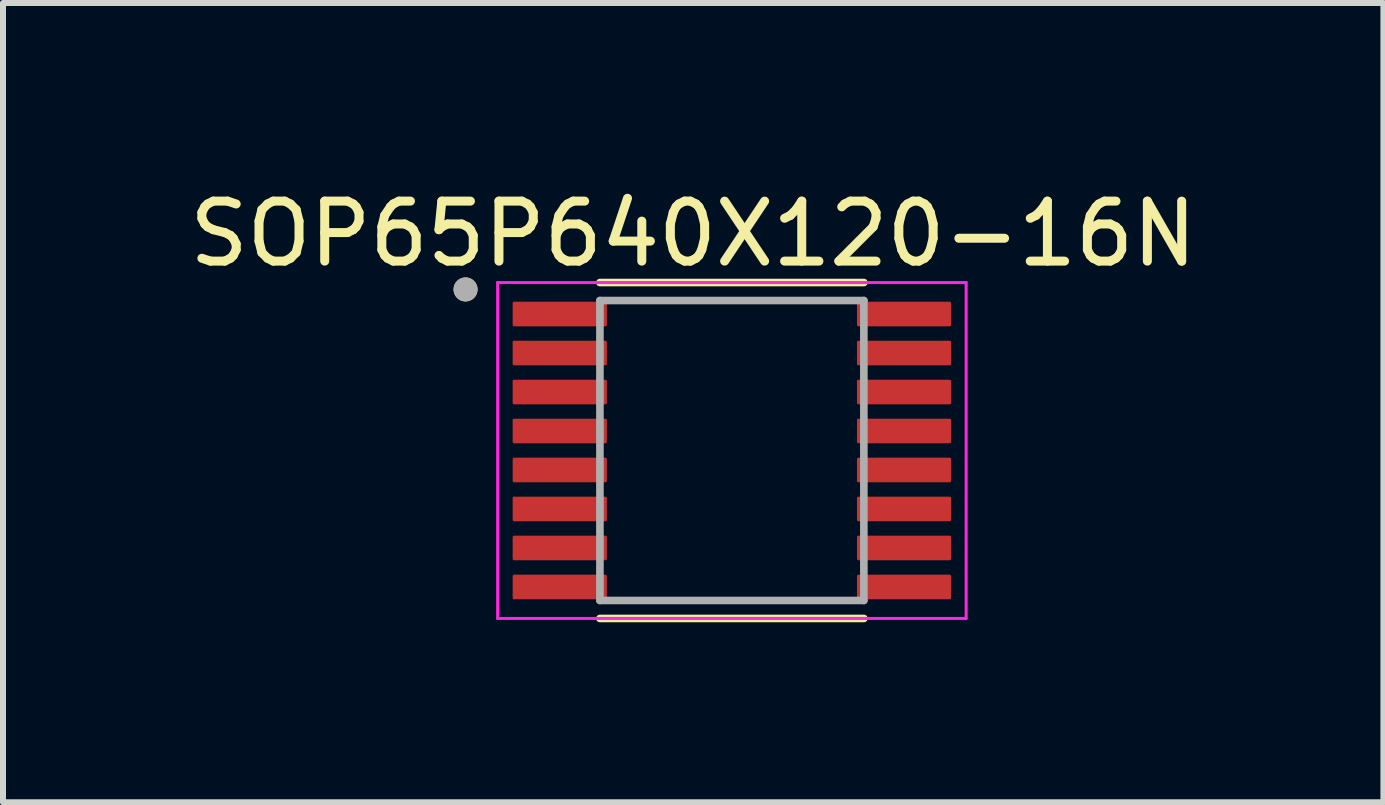
<source format=kicad_pcb>
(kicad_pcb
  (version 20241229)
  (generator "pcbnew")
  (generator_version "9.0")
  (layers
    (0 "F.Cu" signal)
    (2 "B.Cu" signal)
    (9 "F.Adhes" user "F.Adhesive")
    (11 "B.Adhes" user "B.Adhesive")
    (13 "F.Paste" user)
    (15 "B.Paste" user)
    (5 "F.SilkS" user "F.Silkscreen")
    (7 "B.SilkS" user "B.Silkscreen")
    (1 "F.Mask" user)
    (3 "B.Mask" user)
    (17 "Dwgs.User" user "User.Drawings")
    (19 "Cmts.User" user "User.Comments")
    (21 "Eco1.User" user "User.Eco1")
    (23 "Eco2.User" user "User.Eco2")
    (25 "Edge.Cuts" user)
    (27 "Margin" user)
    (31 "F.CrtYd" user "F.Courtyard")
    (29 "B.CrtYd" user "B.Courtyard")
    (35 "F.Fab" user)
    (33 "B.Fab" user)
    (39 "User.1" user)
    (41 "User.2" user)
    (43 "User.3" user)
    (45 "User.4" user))
  (footprint "SOP65P640X120-16N"
    (layer "F.Cu")
    (at 9.151 4.46)
    (property "Reference" "SOP65P640X120-16N" (at -0.645 -3.612 0) (layer "F.SilkS") (effects (font (size 1 1) (thickness 0.15))))
    (attr smd)
    (fp_line (start -2.2 -2.8) (end 2.2 -2.8) (stroke (width 0.127) (type solid)) (layer "F.SilkS"))
    (fp_line (start -2.2 2.8) (end 2.2 2.8) (stroke (width 0.127) (type solid)) (layer "F.SilkS"))
    (fp_circle (center -4.44 -2.685) (end -4.34 -2.685) (stroke (width 0.2) (type solid)) (fill no) (layer "F.SilkS"))
    (fp_line (start -3.905 -2.8) (end -3.905 2.8) (stroke (width 0.05) (type solid)) (layer "F.CrtYd"))
    (fp_line (start -3.905 -2.8) (end 3.905 -2.8) (stroke (width 0.05) (type solid)) (layer "F.CrtYd"))
    (fp_line (start -3.905 2.8) (end 3.905 2.8) (stroke (width 0.05) (type solid)) (layer "F.CrtYd"))
    (fp_line (start 3.905 -2.8) (end 3.905 2.8) (stroke (width 0.05) (type solid)) (layer "F.CrtYd"))
    (fp_line (start -2.2 -2.5) (end -2.2 2.5) (stroke (width 0.127) (type solid)) (layer "F.Fab"))
    (fp_line (start -2.2 -2.5) (end 2.2 -2.5) (stroke (width 0.127) (type solid)) (layer "F.Fab"))
    (fp_line (start -2.2 2.5) (end 2.2 2.5) (stroke (width 0.127) (type solid)) (layer "F.Fab"))
    (fp_line (start 2.2 -2.5) (end 2.2 2.5) (stroke (width 0.127) (type solid)) (layer "F.Fab"))
    (fp_circle (center -4.44 -2.685) (end -4.34 -2.685) (stroke (width 0.2) (type solid)) (fill no) (layer "F.Fab"))
    (pad "1" smd roundrect (at -2.87 -2.275) (size 1.57 0.41) (layers "F.Cu" "F.Mask" "F.Paste") (roundrect_rratio 0.06))
    (pad "2" smd roundrect (at -2.87 -1.625) (size 1.57 0.41) (layers "F.Cu" "F.Mask" "F.Paste") (roundrect_rratio 0.06))
    (pad "3" smd roundrect (at -2.87 -0.975) (size 1.57 0.41) (layers "F.Cu" "F.Mask" "F.Paste") (roundrect_rratio 0.06))
    (pad "4" smd roundrect (at -2.87 -0.325) (size 1.57 0.41) (layers "F.Cu" "F.Mask" "F.Paste") (roundrect_rratio 0.06))
    (pad "5" smd roundrect (at -2.87 0.325) (size 1.57 0.41) (layers "F.Cu" "F.Mask" "F.Paste") (roundrect_rratio 0.06))
    (pad "6" smd roundrect (at -2.87 0.975) (size 1.57 0.41) (layers "F.Cu" "F.Mask" "F.Paste") (roundrect_rratio 0.06))
    (pad "7" smd roundrect (at -2.87 1.625) (size 1.57 0.41) (layers "F.Cu" "F.Mask" "F.Paste") (roundrect_rratio 0.06))
    (pad "8" smd roundrect (at -2.87 2.275) (size 1.57 0.41) (layers "F.Cu" "F.Mask" "F.Paste") (roundrect_rratio 0.06))
    (pad "9" smd roundrect (at 2.87 2.275) (size 1.57 0.41) (layers "F.Cu" "F.Mask" "F.Paste") (roundrect_rratio 0.06))
    (pad "10" smd roundrect (at 2.87 1.625) (size 1.57 0.41) (layers "F.Cu" "F.Mask" "F.Paste") (roundrect_rratio 0.06))
    (pad "11" smd roundrect (at 2.87 0.975) (size 1.57 0.41) (layers "F.Cu" "F.Mask" "F.Paste") (roundrect_rratio 0.06))
    (pad "12" smd roundrect (at 2.87 0.325) (size 1.57 0.41) (layers "F.Cu" "F.Mask" "F.Paste") (roundrect_rratio 0.06))
    (pad "13" smd roundrect (at 2.87 -0.325) (size 1.57 0.41) (layers "F.Cu" "F.Mask" "F.Paste") (roundrect_rratio 0.06))
    (pad "14" smd roundrect (at 2.87 -0.975) (size 1.57 0.41) (layers "F.Cu" "F.Mask" "F.Paste") (roundrect_rratio 0.06))
    (pad "15" smd roundrect (at 2.87 -1.625) (size 1.57 0.41) (layers "F.Cu" "F.Mask" "F.Paste") (roundrect_rratio 0.06))
    (pad "16" smd roundrect (at 2.87 -2.275) (size 1.57 0.41) (layers "F.Cu" "F.Mask" "F.Paste") (roundrect_rratio 0.06)))
  (gr_rect
    (start -3 -3)
    (end 20.012 10.324)
    (stroke (width 0.1) (type default))
    (fill no)
    (layer "Edge.Cuts")))
</source>
